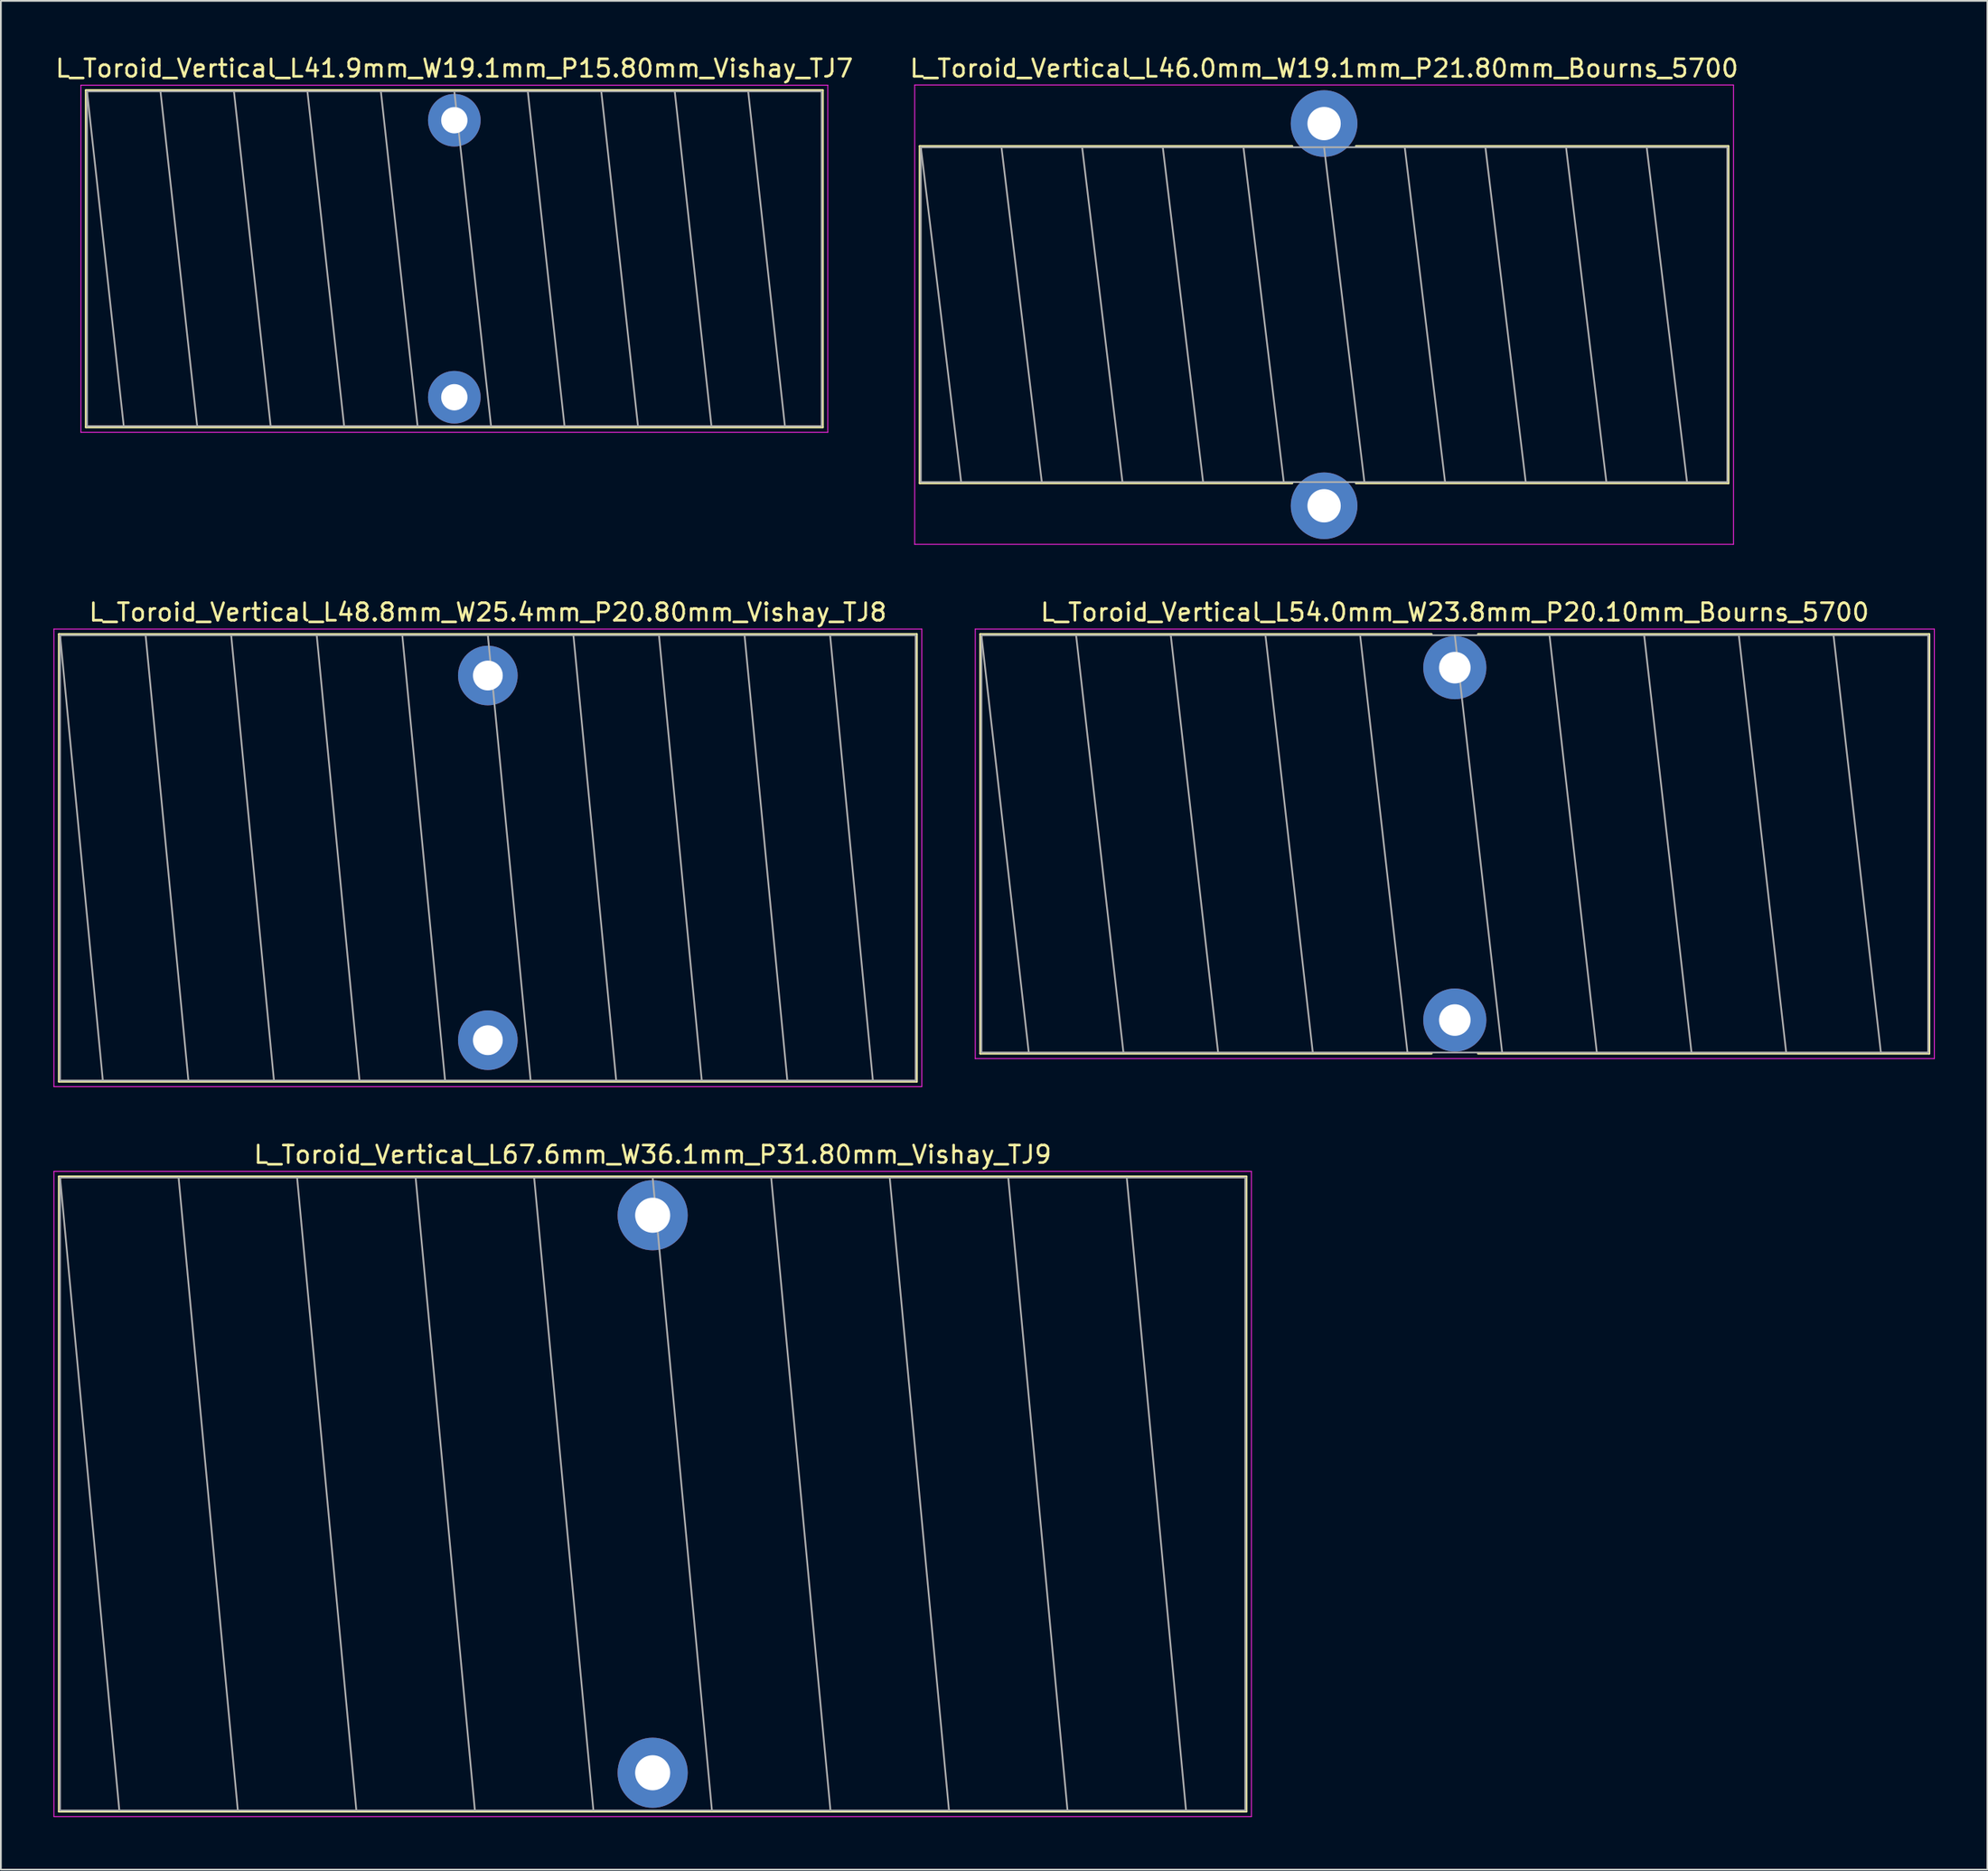
<source format=kicad_pcb>
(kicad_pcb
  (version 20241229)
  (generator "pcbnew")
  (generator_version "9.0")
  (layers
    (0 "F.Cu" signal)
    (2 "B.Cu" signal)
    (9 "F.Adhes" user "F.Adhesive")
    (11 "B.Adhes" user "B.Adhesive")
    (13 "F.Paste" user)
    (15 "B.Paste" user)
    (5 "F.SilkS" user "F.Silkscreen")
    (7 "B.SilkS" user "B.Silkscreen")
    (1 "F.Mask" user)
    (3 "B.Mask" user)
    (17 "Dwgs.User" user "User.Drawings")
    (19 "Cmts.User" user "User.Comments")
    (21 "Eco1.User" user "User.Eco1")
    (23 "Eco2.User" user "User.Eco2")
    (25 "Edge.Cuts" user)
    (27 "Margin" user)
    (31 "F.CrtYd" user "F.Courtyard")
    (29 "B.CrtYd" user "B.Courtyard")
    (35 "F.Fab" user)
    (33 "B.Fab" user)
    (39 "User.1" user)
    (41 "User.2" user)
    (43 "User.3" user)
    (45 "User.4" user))
  (footprint "L_Toroid_Vertical_L46.0mm_W19.1mm_P21.80mm_Bourns_5700"
    (layer "F.Cu")
    (at 72.47 3.998)
    (property "Reference" "L_Toroid_Vertical_L46.0mm_W19.1mm_P21.80mm_Bourns_5700" (at 0 -3.15 0) (layer "F.SilkS") (effects (font (size 1 1) (thickness 0.15))))
    (attr through_hole)
    (fp_line (start -23.06 1.289) (end -23.06 20.511) (stroke (width 0.12) (type solid)) (layer "F.SilkS"))
    (fp_line (start -23.06 1.289) (end -1.817 1.289) (stroke (width 0.12) (type solid)) (layer "F.SilkS"))
    (fp_line (start -23.06 20.511) (end -1.817 20.511) (stroke (width 0.12) (type solid)) (layer "F.SilkS"))
    (fp_line (start 1.817 1.289) (end 23.06 1.289) (stroke (width 0.12) (type solid)) (layer "F.SilkS"))
    (fp_line (start 1.817 20.511) (end 23.06 20.511) (stroke (width 0.12) (type solid)) (layer "F.SilkS"))
    (fp_line (start 23.06 1.289) (end 23.06 20.511) (stroke (width 0.12) (type solid)) (layer "F.SilkS"))
    (fp_line (start -23.35 -2.2) (end -23.35 24) (stroke (width 0.05) (type solid)) (layer "F.CrtYd"))
    (fp_line (start -23.35 24) (end 23.35 24) (stroke (width 0.05) (type solid)) (layer "F.CrtYd"))
    (fp_line (start 23.35 -2.2) (end -23.35 -2.2) (stroke (width 0.05) (type solid)) (layer "F.CrtYd"))
    (fp_line (start 23.35 24) (end 23.35 -2.2) (stroke (width 0.05) (type solid)) (layer "F.CrtYd"))
    (fp_line (start -23 1.35) (end -23 20.45) (stroke (width 0.1) (type solid)) (layer "F.Fab"))
    (fp_line (start -23 1.35) (end -20.7 20.45) (stroke (width 0.1) (type solid)) (layer "F.Fab"))
    (fp_line (start -23 20.45) (end 23 20.45) (stroke (width 0.1) (type solid)) (layer "F.Fab"))
    (fp_line (start -18.4 1.35) (end -16.1 20.45) (stroke (width 0.1) (type solid)) (layer "F.Fab"))
    (fp_line (start -13.8 1.35) (end -11.5 20.45) (stroke (width 0.1) (type solid)) (layer "F.Fab"))
    (fp_line (start -9.2 1.35) (end -6.9 20.45) (stroke (width 0.1) (type solid)) (layer "F.Fab"))
    (fp_line (start -4.6 1.35) (end -2.3 20.45) (stroke (width 0.1) (type solid)) (layer "F.Fab"))
    (fp_line (start 0 1.35) (end 2.3 20.45) (stroke (width 0.1) (type solid)) (layer "F.Fab"))
    (fp_line (start 4.6 1.35) (end 6.9 20.45) (stroke (width 0.1) (type solid)) (layer "F.Fab"))
    (fp_line (start 9.2 1.35) (end 11.5 20.45) (stroke (width 0.1) (type solid)) (layer "F.Fab"))
    (fp_line (start 13.8 1.35) (end 16.1 20.45) (stroke (width 0.1) (type solid)) (layer "F.Fab"))
    (fp_line (start 18.4 1.35) (end 20.7 20.45) (stroke (width 0.1) (type solid)) (layer "F.Fab"))
    (fp_line (start 23 1.35) (end -23 1.35) (stroke (width 0.1) (type solid)) (layer "F.Fab"))
    (fp_line (start 23 20.45) (end 23 1.35) (stroke (width 0.1) (type solid)) (layer "F.Fab"))
    (pad "1" thru_hole circle (at 0 0) (size 3.8 3.8) (drill 1.9) (layers "*.Cu" "*.Mask"))
    (pad "2" thru_hole circle (at 0 21.8) (size 3.8 3.8) (drill 1.9) (layers "*.Cu" "*.Mask")))
  (footprint "L_Toroid_Vertical_L54.0mm_W23.8mm_P20.10mm_Bourns_5700"
    (layer "F.Cu")
    (at 79.925 35.032)
    (property "Reference" "L_Toroid_Vertical_L54.0mm_W23.8mm_P20.10mm_Bourns_5700" (at 0 -3.16 0) (layer "F.SilkS") (effects (font (size 1 1) (thickness 0.15))))
    (attr through_hole)
    (fp_line (start -27.06 -1.91) (end -27.06 22.01) (stroke (width 0.12) (type solid)) (layer "F.SilkS"))
    (fp_line (start -27.06 -1.91) (end -1.325 -1.91) (stroke (width 0.12) (type solid)) (layer "F.SilkS"))
    (fp_line (start -27.06 22.01) (end -1.325 22.01) (stroke (width 0.12) (type solid)) (layer "F.SilkS"))
    (fp_line (start 1.325 -1.91) (end 27.06 -1.91) (stroke (width 0.12) (type solid)) (layer "F.SilkS"))
    (fp_line (start 1.325 22.01) (end 27.06 22.01) (stroke (width 0.12) (type solid)) (layer "F.SilkS"))
    (fp_line (start 27.06 -1.91) (end 27.06 22.01) (stroke (width 0.12) (type solid)) (layer "F.SilkS"))
    (fp_line (start -27.35 -2.2) (end -27.35 22.3) (stroke (width 0.05) (type solid)) (layer "F.CrtYd"))
    (fp_line (start -27.35 22.3) (end 27.35 22.3) (stroke (width 0.05) (type solid)) (layer "F.CrtYd"))
    (fp_line (start 27.35 -2.2) (end -27.35 -2.2) (stroke (width 0.05) (type solid)) (layer "F.CrtYd"))
    (fp_line (start 27.35 22.3) (end 27.35 -2.2) (stroke (width 0.05) (type solid)) (layer "F.CrtYd"))
    (fp_line (start -27 -1.85) (end -27 21.95) (stroke (width 0.1) (type solid)) (layer "F.Fab"))
    (fp_line (start -27 -1.85) (end -24.3 21.95) (stroke (width 0.1) (type solid)) (layer "F.Fab"))
    (fp_line (start -27 21.95) (end 27 21.95) (stroke (width 0.1) (type solid)) (layer "F.Fab"))
    (fp_line (start -21.6 -1.85) (end -18.9 21.95) (stroke (width 0.1) (type solid)) (layer "F.Fab"))
    (fp_line (start -16.2 -1.85) (end -13.5 21.95) (stroke (width 0.1) (type solid)) (layer "F.Fab"))
    (fp_line (start -10.8 -1.85) (end -8.1 21.95) (stroke (width 0.1) (type solid)) (layer "F.Fab"))
    (fp_line (start -5.4 -1.85) (end -2.7 21.95) (stroke (width 0.1) (type solid)) (layer "F.Fab"))
    (fp_line (start 0 -1.85) (end 2.7 21.95) (stroke (width 0.1) (type solid)) (layer "F.Fab"))
    (fp_line (start 5.4 -1.85) (end 8.1 21.95) (stroke (width 0.1) (type solid)) (layer "F.Fab"))
    (fp_line (start 10.8 -1.85) (end 13.5 21.95) (stroke (width 0.1) (type solid)) (layer "F.Fab"))
    (fp_line (start 16.2 -1.85) (end 18.9 21.95) (stroke (width 0.1) (type solid)) (layer "F.Fab"))
    (fp_line (start 21.6 -1.85) (end 24.3 21.95) (stroke (width 0.1) (type solid)) (layer "F.Fab"))
    (fp_line (start 27 -1.85) (end -27 -1.85) (stroke (width 0.1) (type solid)) (layer "F.Fab"))
    (fp_line (start 27 21.95) (end 27 -1.85) (stroke (width 0.1) (type solid)) (layer "F.Fab"))
    (pad "1" thru_hole circle (at 0 0) (size 3.6 3.6) (drill 1.8) (layers "*.Cu" "*.Mask"))
    (pad "2" thru_hole circle (at 0 20.1) (size 3.6 3.6) (drill 1.8) (layers "*.Cu" "*.Mask")))
  (footprint "L_Toroid_Vertical_L41.9mm_W19.1mm_P15.80mm_Vishay_TJ7"
    (layer "F.Cu")
    (at 22.863 3.808)
    (property "Reference" "L_Toroid_Vertical_L41.9mm_W19.1mm_P15.80mm_Vishay_TJ7" (at 0 -2.96 0) (layer "F.SilkS") (effects (font (size 1 1) (thickness 0.15))))
    (attr through_hole)
    (fp_line (start -21.01 -1.711) (end -21.01 17.511) (stroke (width 0.12) (type solid)) (layer "F.SilkS"))
    (fp_line (start -21.01 -1.711) (end 21.01 -1.711) (stroke (width 0.12) (type solid)) (layer "F.SilkS"))
    (fp_line (start -21.01 17.511) (end 21.01 17.511) (stroke (width 0.12) (type solid)) (layer "F.SilkS"))
    (fp_line (start 21.01 -1.711) (end 21.01 17.511) (stroke (width 0.12) (type solid)) (layer "F.SilkS"))
    (fp_line (start -21.3 -2) (end -21.3 17.8) (stroke (width 0.05) (type solid)) (layer "F.CrtYd"))
    (fp_line (start -21.3 17.8) (end 21.3 17.8) (stroke (width 0.05) (type solid)) (layer "F.CrtYd"))
    (fp_line (start 21.3 -2) (end -21.3 -2) (stroke (width 0.05) (type solid)) (layer "F.CrtYd"))
    (fp_line (start 21.3 17.8) (end 21.3 -2) (stroke (width 0.05) (type solid)) (layer "F.CrtYd"))
    (fp_line (start -20.95 -1.65) (end -20.95 17.45) (stroke (width 0.1) (type solid)) (layer "F.Fab"))
    (fp_line (start -20.95 -1.65) (end -18.855 17.45) (stroke (width 0.1) (type solid)) (layer "F.Fab"))
    (fp_line (start -20.95 17.45) (end 20.95 17.45) (stroke (width 0.1) (type solid)) (layer "F.Fab"))
    (fp_line (start -16.76 -1.65) (end -14.665 17.45) (stroke (width 0.1) (type solid)) (layer "F.Fab"))
    (fp_line (start -12.57 -1.65) (end -10.475 17.45) (stroke (width 0.1) (type solid)) (layer "F.Fab"))
    (fp_line (start -8.38 -1.65) (end -6.285 17.45) (stroke (width 0.1) (type solid)) (layer "F.Fab"))
    (fp_line (start -4.19 -1.65) (end -2.095 17.45) (stroke (width 0.1) (type solid)) (layer "F.Fab"))
    (fp_line (start 0 -1.65) (end 2.095 17.45) (stroke (width 0.1) (type solid)) (layer "F.Fab"))
    (fp_line (start 4.19 -1.65) (end 6.285 17.45) (stroke (width 0.1) (type solid)) (layer "F.Fab"))
    (fp_line (start 8.38 -1.65) (end 10.475 17.45) (stroke (width 0.1) (type solid)) (layer "F.Fab"))
    (fp_line (start 12.57 -1.65) (end 14.665 17.45) (stroke (width 0.1) (type solid)) (layer "F.Fab"))
    (fp_line (start 16.76 -1.65) (end 18.855 17.45) (stroke (width 0.1) (type solid)) (layer "F.Fab"))
    (fp_line (start 20.95 -1.65) (end -20.95 -1.65) (stroke (width 0.1) (type solid)) (layer "F.Fab"))
    (fp_line (start 20.95 17.45) (end 20.95 -1.65) (stroke (width 0.1) (type solid)) (layer "F.Fab"))
    (pad "1" thru_hole circle (at 0 0) (size 3 3) (drill 1.5) (layers "*.Cu" "*.Mask"))
    (pad "2" thru_hole circle (at 0 15.8) (size 3 3) (drill 1.5) (layers "*.Cu" "*.Mask")))
  (footprint "L_Toroid_Vertical_L67.6mm_W36.1mm_P31.80mm_Vishay_TJ9"
    (layer "F.Cu")
    (at 34.175 66.265)
    (property "Reference" "L_Toroid_Vertical_L67.6mm_W36.1mm_P31.80mm_Vishay_TJ9" (at 0 -3.46 0) (layer "F.SilkS") (effects (font (size 1 1) (thickness 0.15))))
    (attr through_hole)
    (fp_line (start -33.86 -2.21) (end -33.86 34.01) (stroke (width 0.12) (type solid)) (layer "F.SilkS"))
    (fp_line (start -33.86 -2.21) (end 33.86 -2.21) (stroke (width 0.12) (type solid)) (layer "F.SilkS"))
    (fp_line (start -33.86 34.01) (end 33.86 34.01) (stroke (width 0.12) (type solid)) (layer "F.SilkS"))
    (fp_line (start 33.86 -2.21) (end 33.86 34.01) (stroke (width 0.12) (type solid)) (layer "F.SilkS"))
    (fp_line (start -34.15 -2.5) (end -34.15 34.3) (stroke (width 0.05) (type solid)) (layer "F.CrtYd"))
    (fp_line (start -34.15 34.3) (end 34.15 34.3) (stroke (width 0.05) (type solid)) (layer "F.CrtYd"))
    (fp_line (start 34.15 -2.5) (end -34.15 -2.5) (stroke (width 0.05) (type solid)) (layer "F.CrtYd"))
    (fp_line (start 34.15 34.3) (end 34.15 -2.5) (stroke (width 0.05) (type solid)) (layer "F.CrtYd"))
    (fp_line (start -33.8 -2.15) (end -33.8 33.95) (stroke (width 0.1) (type solid)) (layer "F.Fab"))
    (fp_line (start -33.8 -2.15) (end -30.42 33.95) (stroke (width 0.1) (type solid)) (layer "F.Fab"))
    (fp_line (start -33.8 33.95) (end 33.8 33.95) (stroke (width 0.1) (type solid)) (layer "F.Fab"))
    (fp_line (start -27.04 -2.15) (end -23.66 33.95) (stroke (width 0.1) (type solid)) (layer "F.Fab"))
    (fp_line (start -20.28 -2.15) (end -16.9 33.95) (stroke (width 0.1) (type solid)) (layer "F.Fab"))
    (fp_line (start -13.52 -2.15) (end -10.14 33.95) (stroke (width 0.1) (type solid)) (layer "F.Fab"))
    (fp_line (start -6.76 -2.15) (end -3.38 33.95) (stroke (width 0.1) (type solid)) (layer "F.Fab"))
    (fp_line (start 0 -2.15) (end 3.38 33.95) (stroke (width 0.1) (type solid)) (layer "F.Fab"))
    (fp_line (start 6.76 -2.15) (end 10.14 33.95) (stroke (width 0.1) (type solid)) (layer "F.Fab"))
    (fp_line (start 13.52 -2.15) (end 16.9 33.95) (stroke (width 0.1) (type solid)) (layer "F.Fab"))
    (fp_line (start 20.28 -2.15) (end 23.66 33.95) (stroke (width 0.1) (type solid)) (layer "F.Fab"))
    (fp_line (start 27.04 -2.15) (end 30.42 33.95) (stroke (width 0.1) (type solid)) (layer "F.Fab"))
    (fp_line (start 33.8 -2.15) (end -33.8 -2.15) (stroke (width 0.1) (type solid)) (layer "F.Fab"))
    (fp_line (start 33.8 33.95) (end 33.8 -2.15) (stroke (width 0.1) (type solid)) (layer "F.Fab"))
    (pad "1" thru_hole circle (at 0 0) (size 4 4) (drill 2) (layers "*.Cu" "*.Mask"))
    (pad "2" thru_hole circle (at 0 31.8) (size 4 4) (drill 2) (layers "*.Cu" "*.Mask")))
  (footprint "L_Toroid_Vertical_L48.8mm_W25.4mm_P20.80mm_Vishay_TJ8"
    (layer "F.Cu")
    (at 24.775 35.481)
    (property "Reference" "L_Toroid_Vertical_L48.8mm_W25.4mm_P20.80mm_Vishay_TJ8" (at 0 -3.61 0) (layer "F.SilkS") (effects (font (size 1 1) (thickness 0.15))))
    (attr through_hole)
    (fp_line (start -24.46 -2.36) (end -24.46 23.16) (stroke (width 0.12) (type solid)) (layer "F.SilkS"))
    (fp_line (start -24.46 -2.36) (end 24.46 -2.36) (stroke (width 0.12) (type solid)) (layer "F.SilkS"))
    (fp_line (start -24.46 23.16) (end 24.46 23.16) (stroke (width 0.12) (type solid)) (layer "F.SilkS"))
    (fp_line (start 24.46 -2.36) (end 24.46 23.16) (stroke (width 0.12) (type solid)) (layer "F.SilkS"))
    (fp_line (start -24.75 -2.65) (end -24.75 23.45) (stroke (width 0.05) (type solid)) (layer "F.CrtYd"))
    (fp_line (start -24.75 23.45) (end 24.75 23.45) (stroke (width 0.05) (type solid)) (layer "F.CrtYd"))
    (fp_line (start 24.75 -2.65) (end -24.75 -2.65) (stroke (width 0.05) (type solid)) (layer "F.CrtYd"))
    (fp_line (start 24.75 23.45) (end 24.75 -2.65) (stroke (width 0.05) (type solid)) (layer "F.CrtYd"))
    (fp_line (start -24.4 -2.3) (end -24.4 23.1) (stroke (width 0.1) (type solid)) (layer "F.Fab"))
    (fp_line (start -24.4 -2.3) (end -21.96 23.1) (stroke (width 0.1) (type solid)) (layer "F.Fab"))
    (fp_line (start -24.4 23.1) (end 24.4 23.1) (stroke (width 0.1) (type solid)) (layer "F.Fab"))
    (fp_line (start -19.52 -2.3) (end -17.08 23.1) (stroke (width 0.1) (type solid)) (layer "F.Fab"))
    (fp_line (start -14.64 -2.3) (end -12.2 23.1) (stroke (width 0.1) (type solid)) (layer "F.Fab"))
    (fp_line (start -9.76 -2.3) (end -7.32 23.1) (stroke (width 0.1) (type solid)) (layer "F.Fab"))
    (fp_line (start -4.88 -2.3) (end -2.44 23.1) (stroke (width 0.1) (type solid)) (layer "F.Fab"))
    (fp_line (start 0 -2.3) (end 2.44 23.1) (stroke (width 0.1) (type solid)) (layer "F.Fab"))
    (fp_line (start 4.88 -2.3) (end 7.32 23.1) (stroke (width 0.1) (type solid)) (layer "F.Fab"))
    (fp_line (start 9.76 -2.3) (end 12.2 23.1) (stroke (width 0.1) (type solid)) (layer "F.Fab"))
    (fp_line (start 14.64 -2.3) (end 17.08 23.1) (stroke (width 0.1) (type solid)) (layer "F.Fab"))
    (fp_line (start 19.52 -2.3) (end 21.96 23.1) (stroke (width 0.1) (type solid)) (layer "F.Fab"))
    (fp_line (start 24.4 -2.3) (end -24.4 -2.3) (stroke (width 0.1) (type solid)) (layer "F.Fab"))
    (fp_line (start 24.4 23.1) (end 24.4 -2.3) (stroke (width 0.1) (type solid)) (layer "F.Fab"))
    (pad "1" thru_hole circle (at 0 0) (size 3.4 3.4) (drill 1.7) (layers "*.Cu" "*.Mask"))
    (pad "2" thru_hole circle (at 0 20.8) (size 3.4 3.4) (drill 1.7) (layers "*.Cu" "*.Mask")))
  (gr_rect
    (start -3 -3)
    (end 110.3 103.59)
    (stroke (width 0.1) (type default))
    (fill no)
    (layer "Edge.Cuts")))
</source>
